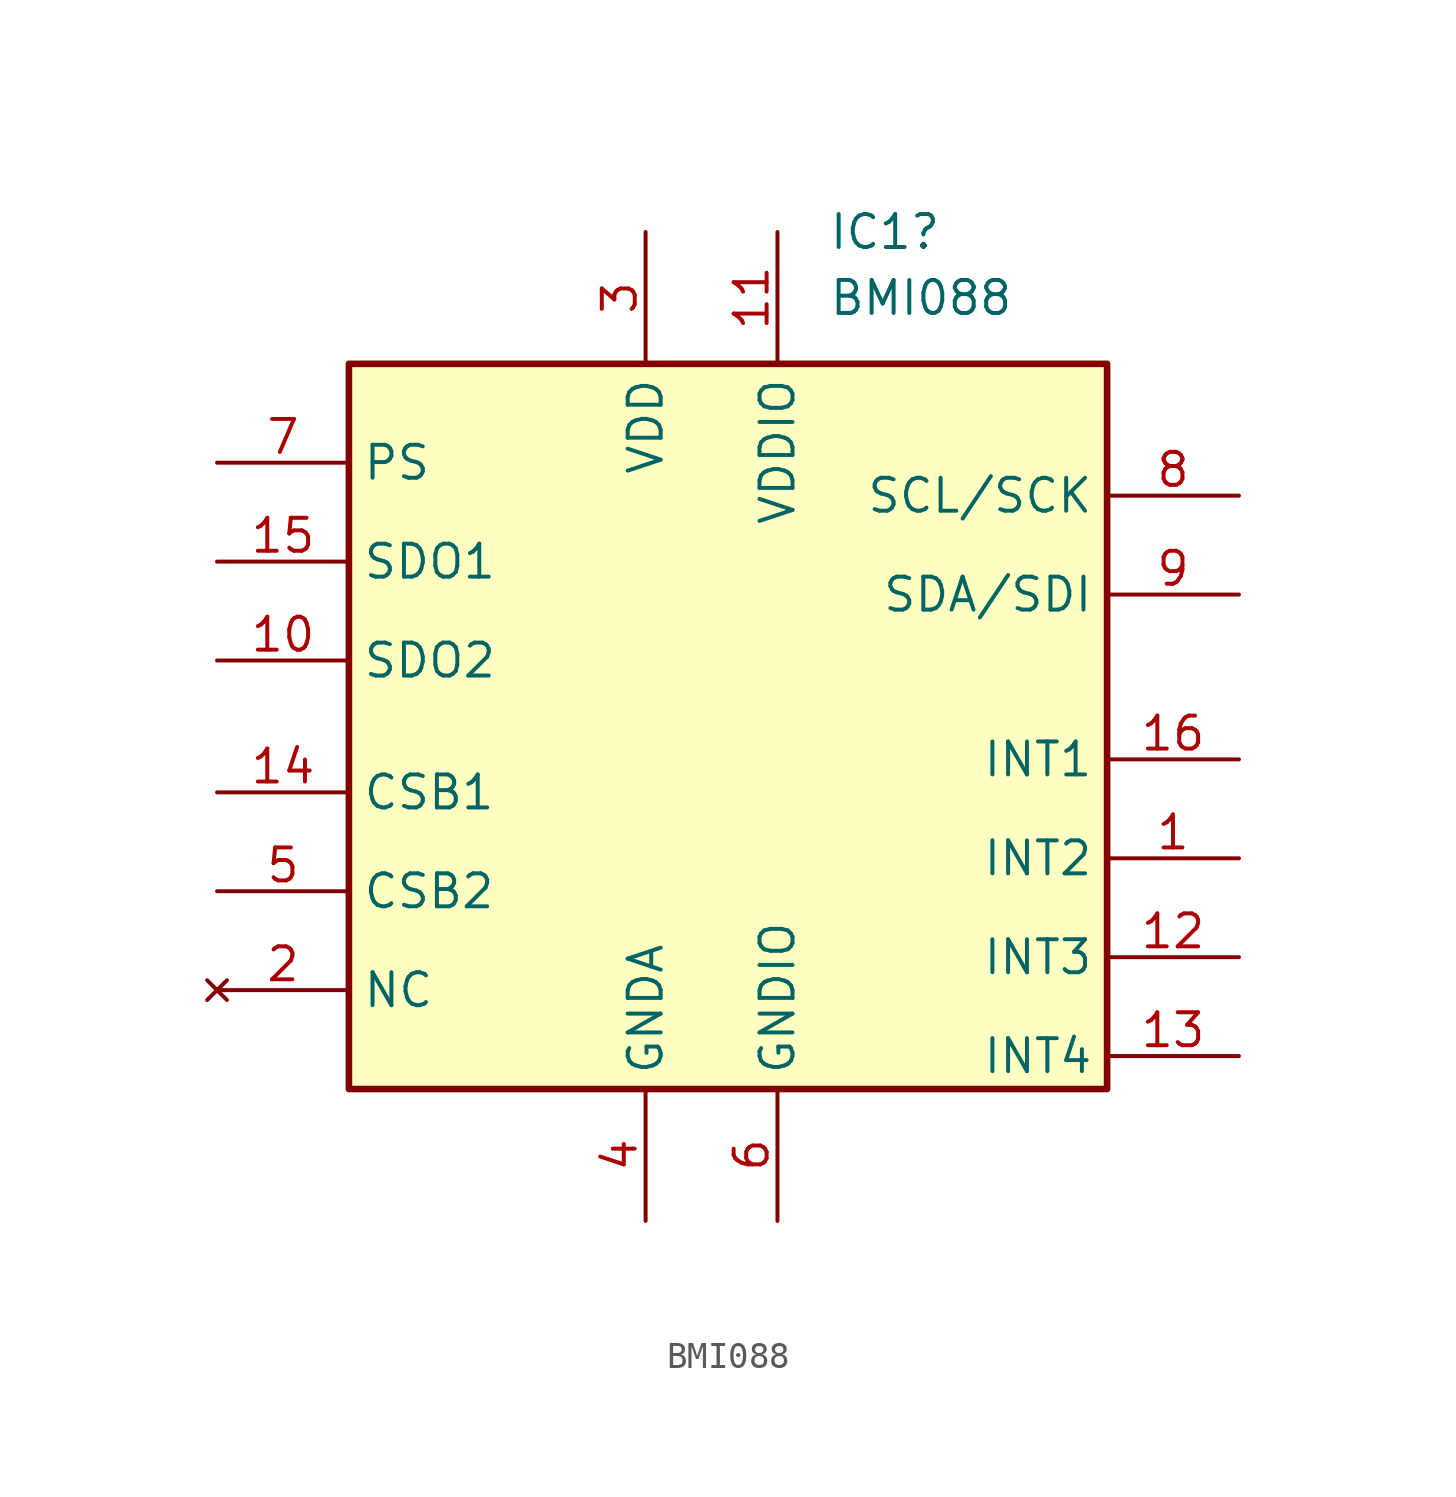
<source format=kicad_sym>
(kicad_symbol_lib
  (version 20241209)
  (generator "kicad_symbol_editor")
  (generator_version "9.0")
  (symbol "BMI088"
    (property "Reference" "IC1"
      (at 19.736 17.78 0)
      (effects (font (size 1.27 1.27)) (justify left)))
    (property "Value" "BMI088"
      (at 19.736 15.24 0)
      (effects (font (size 1.27 1.27)) (justify left)))
    (property "Description" ""
      (at 0 0 0)
      (effects (font (size 1.27 1.27))))
    (symbol "BMI088_1_1"
      (rectangle (start 1.27 12.7) (end 30.48 -15.24) (stroke (width 0.254) (type default)) (fill (type background)))
      (pin passive line (at -3.81 8.89 0) (length 5.08) (name "PS" (effects (font (size 1.27 1.27)))) (number "7" (effects (font (size 1.27 1.27)))))
      (pin passive line (at -3.81 5.08 0) (length 5.08) (name "SDO1" (effects (font (size 1.27 1.27)))) (number "15" (effects (font (size 1.27 1.27)))))
      (pin passive line (at -3.81 1.27 0) (length 5.08) (name "SDO2" (effects (font (size 1.27 1.27)))) (number "10" (effects (font (size 1.27 1.27)))))
      (pin passive line (at -3.81 -3.81 0) (length 5.08) (name "CSB1" (effects (font (size 1.27 1.27)))) (number "14" (effects (font (size 1.27 1.27)))))
      (pin passive line (at -3.81 -7.62 0) (length 5.08) (name "CSB2" (effects (font (size 1.27 1.27)))) (number "5" (effects (font (size 1.27 1.27)))))
      (pin no_connect line (at -3.81 -11.43 0) (length 5.08) (name "NC" (effects (font (size 1.27 1.27)))) (number "2" (effects (font (size 1.27 1.27)))))
      (pin passive line (at 12.7 17.78 270) (length 5.08) (name "VDD" (effects (font (size 1.27 1.27)))) (number "3" (effects (font (size 1.27 1.27)))))
      (pin passive line (at 12.7 -20.32 90) (length 5.08) (name "GNDA" (effects (font (size 1.27 1.27)))) (number "4" (effects (font (size 1.27 1.27)))))
      (pin passive line (at 17.78 17.78 270) (length 5.08) (name "VDDIO" (effects (font (size 1.27 1.27)))) (number "11" (effects (font (size 1.27 1.27)))))
      (pin passive line (at 17.78 -20.32 90) (length 5.08) (name "GNDIO" (effects (font (size 1.27 1.27)))) (number "6" (effects (font (size 1.27 1.27)))))
      (pin passive line (at 35.56 7.62 180) (length 5.08) (name "SCL/SCK" (effects (font (size 1.27 1.27)))) (number "8" (effects (font (size 1.27 1.27)))))
      (pin passive line (at 35.56 3.81 180) (length 5.08) (name "SDA/SDI" (effects (font (size 1.27 1.27)))) (number "9" (effects (font (size 1.27 1.27)))))
      (pin passive line (at 35.56 -2.54 180) (length 5.08) (name "INT1" (effects (font (size 1.27 1.27)))) (number "16" (effects (font (size 1.27 1.27)))))
      (pin passive line (at 35.56 -6.35 180) (length 5.08) (name "INT2" (effects (font (size 1.27 1.27)))) (number "1" (effects (font (size 1.27 1.27)))))
      (pin passive line (at 35.56 -10.16 180) (length 5.08) (name "INT3" (effects (font (size 1.27 1.27)))) (number "12" (effects (font (size 1.27 1.27)))))
      (pin passive line (at 35.56 -13.97 180) (length 5.08) (name "INT4" (effects (font (size 1.27 1.27)))) (number "13" (effects (font (size 1.27 1.27))))))))
</source>
